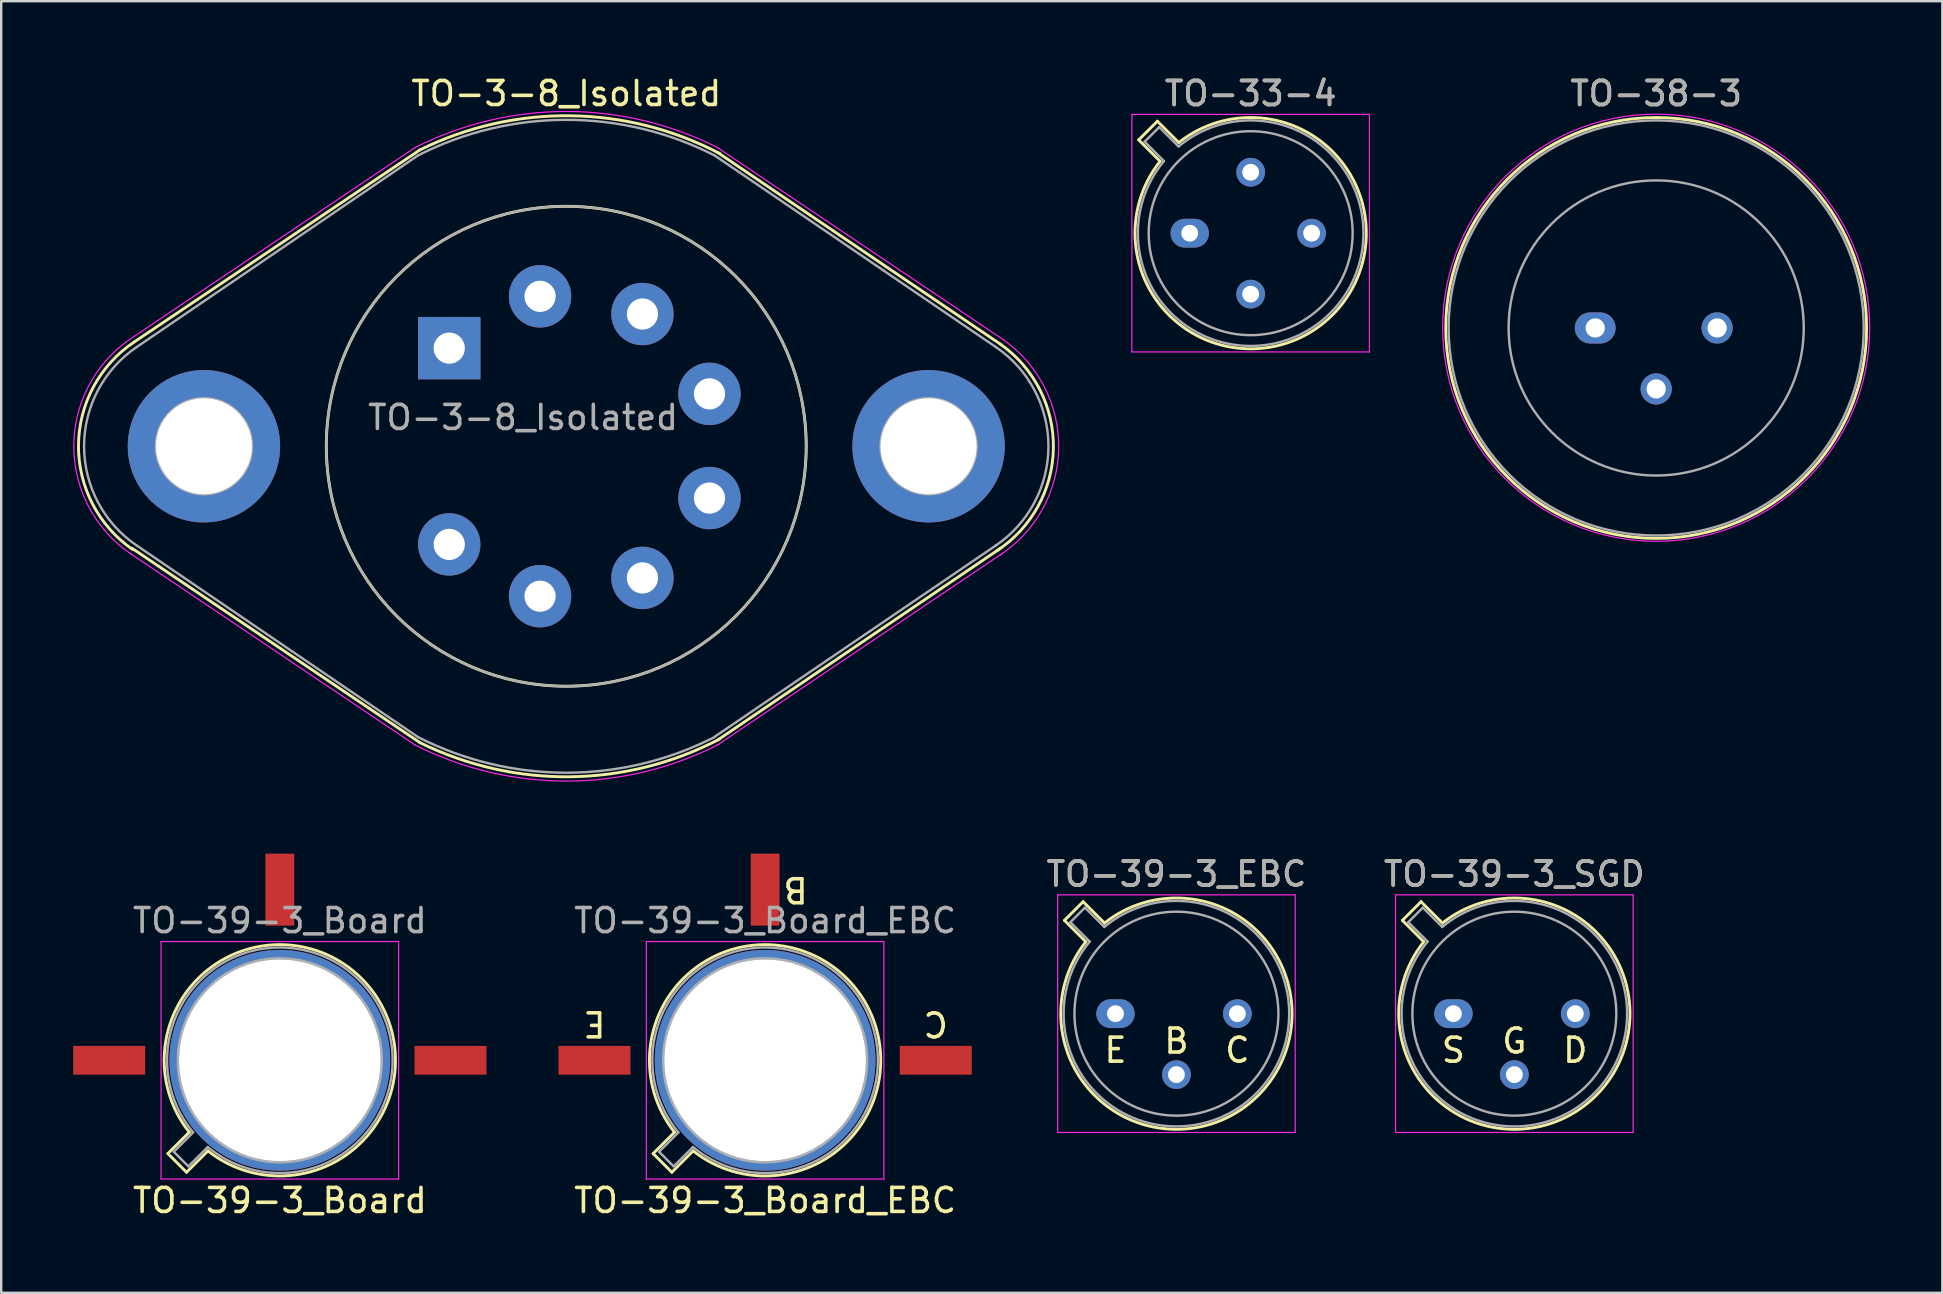
<source format=kicad_pcb>
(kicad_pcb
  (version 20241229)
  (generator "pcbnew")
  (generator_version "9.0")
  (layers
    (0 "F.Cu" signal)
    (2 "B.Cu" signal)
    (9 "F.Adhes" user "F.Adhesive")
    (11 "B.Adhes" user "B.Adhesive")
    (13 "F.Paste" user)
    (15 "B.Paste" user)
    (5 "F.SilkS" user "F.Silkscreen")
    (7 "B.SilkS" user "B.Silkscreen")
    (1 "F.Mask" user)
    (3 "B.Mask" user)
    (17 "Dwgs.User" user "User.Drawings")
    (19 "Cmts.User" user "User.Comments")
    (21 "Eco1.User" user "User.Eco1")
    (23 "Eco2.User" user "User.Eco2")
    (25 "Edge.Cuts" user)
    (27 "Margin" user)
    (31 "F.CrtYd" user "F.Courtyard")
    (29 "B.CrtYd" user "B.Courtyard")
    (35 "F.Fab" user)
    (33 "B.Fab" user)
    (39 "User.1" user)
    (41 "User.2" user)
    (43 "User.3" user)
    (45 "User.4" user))
  (footprint "TO-39-3_Board"
    (layer "F.Cu")
    (at 6.072 41.138)
    (property "Reference" "TO-39-3_Board" (at 2.54 5.842 0) (layer "F.SilkS") (effects (font (size 1 1) (thickness 0.15))))
    (attr through_hole)
    (fp_line (start -2.126 3.888) (end -1.235 2.997) (stroke (width 0.12) (type solid)) (layer "F.SilkS"))
    (fp_line (start -1.348 4.666) (end -2.126 3.888) (stroke (width 0.12) (type solid)) (layer "F.SilkS"))
    (fp_line (start -0.457 3.775) (end -1.348 4.666) (stroke (width 0.12) (type solid)) (layer "F.SilkS"))
    (fp_arc (start -1.234674 2.997371) (mid 5.948125 -3.408384) (end -0.457084 3.774902) (stroke (width 0.12) (type solid)) (layer "F.SilkS"))
    (fp_line (start -2.41 -4.95) (end -2.41 4.95) (stroke (width 0.05) (type solid)) (layer "F.CrtYd"))
    (fp_line (start -2.41 4.95) (end 7.49 4.95) (stroke (width 0.05) (type solid)) (layer "F.CrtYd"))
    (fp_line (start 7.49 -4.95) (end -2.41 -4.95) (stroke (width 0.05) (type solid)) (layer "F.CrtYd"))
    (fp_line (start 7.49 4.95) (end 7.49 -4.95) (stroke (width 0.05) (type solid)) (layer "F.CrtYd"))
    (fp_line (start -1.88 3.812) (end -1.074 3.005) (stroke (width 0.1) (type solid)) (layer "F.Fab"))
    (fp_line (start -1.272 4.42) (end -1.88 3.812) (stroke (width 0.1) (type solid)) (layer "F.Fab"))
    (fp_line (start -0.465 3.614) (end -1.272 4.42) (stroke (width 0.1) (type solid)) (layer "F.Fab"))
    (fp_arc (start -1.073594 3.005319) (mid 5.863443 -3.323361) (end -0.465408 3.61352) (stroke (width 0.1) (type solid)) (layer "F.Fab"))
    (fp_circle (center 2.54 0) (end 6.79 0) (stroke (width 0.1) (type solid)) (fill no) (layer "F.Fab"))
    (fp_text user "${REFERENCE}" (at 2.54 -5.82 0) (layer "F.Fab") (effects (font (size 1 1) (thickness 0.15))))
    (pad "1" smd rect (at -4.572 0) (size 3 1.2) (layers "F.Cu" "F.Mask" "F.Paste"))
    (pad "2" smd rect (at 2.54 -7.112) (size 1.2 3) (layers "F.Cu" "F.Mask" "F.Paste"))
    (pad "3" thru_hole circle (at 2.54 0) (size 9.2 9.2) (drill 8.4) (layers "*.Cu" "*.Mask"))
    (pad "3" smd rect (at 9.652 0) (size 3 1.2) (layers "F.Cu" "F.Mask" "F.Paste")))
  (footprint "TO-33-4"
    (layer "F.Cu")
    (at 46.532 6.668)
    (property "Reference" "TO-33-4" (at 2.54 -5.82 0) (layer "F.SilkS") (effects (font (size 1 1) (thickness 0.15))))
    (attr through_hole)
    (fp_line (start -2.126 -3.888) (end -1.235 -2.997) (stroke (width 0.12) (type solid)) (layer "F.SilkS"))
    (fp_line (start -1.348 -4.666) (end -2.126 -3.888) (stroke (width 0.12) (type solid)) (layer "F.SilkS"))
    (fp_line (start -0.457 -3.775) (end -1.348 -4.666) (stroke (width 0.12) (type solid)) (layer "F.SilkS"))
    (fp_arc (start -0.457084 -3.774902) (mid 5.948125 3.408384) (end -1.234674 -2.997371) (stroke (width 0.12) (type solid)) (layer "F.SilkS"))
    (fp_line (start -2.41 -4.95) (end -2.41 4.95) (stroke (width 0.05) (type solid)) (layer "F.CrtYd"))
    (fp_line (start -2.41 4.95) (end 7.49 4.95) (stroke (width 0.05) (type solid)) (layer "F.CrtYd"))
    (fp_line (start 7.49 -4.95) (end -2.41 -4.95) (stroke (width 0.05) (type solid)) (layer "F.CrtYd"))
    (fp_line (start 7.49 4.95) (end 7.49 -4.95) (stroke (width 0.05) (type solid)) (layer "F.CrtYd"))
    (fp_line (start -1.88 -3.812) (end -1.074 -3.005) (stroke (width 0.1) (type solid)) (layer "F.Fab"))
    (fp_line (start -1.272 -4.42) (end -1.88 -3.812) (stroke (width 0.1) (type solid)) (layer "F.Fab"))
    (fp_line (start -0.465 -3.614) (end -1.272 -4.42) (stroke (width 0.1) (type solid)) (layer "F.Fab"))
    (fp_arc (start -0.465408 -3.61352) (mid 5.863443 3.323361) (end -1.073594 -3.005319) (stroke (width 0.1) (type solid)) (layer "F.Fab"))
    (fp_circle (center 2.54 0) (end 6.79 0) (stroke (width 0.1) (type solid)) (fill no) (layer "F.Fab"))
    (fp_text user "${REFERENCE}" (at 2.54 -5.82 0) (layer "F.Fab") (effects (font (size 1 1) (thickness 0.15))))
    (pad "1" thru_hole oval (at 0 0) (size 1.6 1.2) (drill 0.7) (layers "*.Cu" "*.Mask"))
    (pad "2" thru_hole oval (at 2.54 2.54) (size 1.2 1.2) (drill 0.7) (layers "*.Cu" "*.Mask"))
    (pad "3" thru_hole oval (at 5.08 0) (size 1.2 1.2) (drill 0.7) (layers "*.Cu" "*.Mask"))
    (pad "4" thru_hole oval (at 2.54 -2.54) (size 1.2 1.2) (drill 0.7) (layers "*.Cu" "*.Mask")))
  (footprint "TO-38-3"
    (layer "F.Cu")
    (at 63.432 10.618)
    (property "Reference" "TO-38-3" (at 2.54 -9.77 0) (layer "F.SilkS") (effects (font (size 1 1) (thickness 0.15))))
    (attr through_hole)
    (fp_circle (center 2.54 0) (end 11.31 0) (stroke (width 0.12) (type solid)) (fill no) (layer "F.SilkS"))
    (fp_circle (center 2.54 -0.01) (end 11.44 -0.01) (stroke (width 0.05) (type solid)) (fill no) (layer "F.CrtYd"))
    (fp_circle (center 2.54 0) (end 8.69 0) (stroke (width 0.1) (type solid)) (fill no) (layer "F.Fab"))
    (fp_circle (center 2.54 0) (end 11.19 0) (stroke (width 0.1) (type solid)) (fill no) (layer "F.Fab"))
    (fp_text user "${REFERENCE}" (at 2.54 -9.77 0) (layer "F.Fab") (effects (font (size 1 1) (thickness 0.15))))
    (pad "1" thru_hole oval (at 0 0) (size 1.7 1.3) (drill 0.8) (layers "*.Cu" "*.Mask"))
    (pad "2" thru_hole oval (at 2.54 2.54) (size 1.3 1.3) (drill 0.8) (layers "*.Cu" "*.Mask"))
    (pad "3" thru_hole oval (at 5.08 0) (size 1.3 1.3) (drill 0.8) (layers "*.Cu" "*.Mask")))
  (footprint "TO-3-8_Isolated"
    (layer "F.Cu")
    (at 15.672 11.459)
    (property "Reference" "TO-3-8_Isolated" (at 4.877 -10.611 0) (layer "F.SilkS") (effects (font (size 1 1) (thickness 0.15))))
    (attr through_hole)
    (fp_line (start -1.223 -8.261) (end -13.123 -0.261) (stroke (width 0.12) (type solid)) (layer "F.SilkS"))
    (fp_line (start -1.223 16.439) (end -13.223 8.339) (stroke (width 0.12) (type solid)) (layer "F.SilkS"))
    (fp_line (start 11.177 -8.161) (end 22.977 -0.161) (stroke (width 0.12) (type solid)) (layer "F.SilkS"))
    (fp_line (start 11.177 16.339) (end 22.977 8.339) (stroke (width 0.12) (type solid)) (layer "F.SilkS"))
    (fp_arc (start -13.200167 8.387094) (mid -15.451043 4.042871) (end -13.1232 -0.2606) (stroke (width 0.12) (type solid)) (layer "F.SilkS"))
    (fp_arc (start -1.2232 -8.2606) (mid 5.048443 -9.683873) (end 11.28267 -8.104752) (stroke (width 0.12) (type solid)) (layer "F.SilkS"))
    (fp_arc (start 11.28267 16.283552) (mid 5.048443 17.862673) (end -1.2232 16.4394) (stroke (width 0.12) (type solid)) (layer "F.SilkS"))
    (fp_arc (start 22.9768 -0.1606) (mid 25.178143 4.181788) (end 22.823976 8.443259) (stroke (width 0.12) (type solid)) (layer "F.SilkS"))
    (fp_circle (center 4.877 4.089) (end 14.877 4.039) (stroke (width 0.12) (type solid)) (fill no) (layer "F.SilkS"))
    (fp_line (start -1.423 -8.361) (end -13.323 -0.361) (stroke (width 0.05) (type solid)) (layer "F.CrtYd"))
    (fp_line (start -1.423 16.539) (end -13.323 8.539) (stroke (width 0.05) (type solid)) (layer "F.CrtYd"))
    (fp_line (start 11.177 -8.361) (end 23.077 -0.361) (stroke (width 0.05) (type solid)) (layer "F.CrtYd"))
    (fp_line (start 11.177 16.539) (end 23.077 8.539) (stroke (width 0.05) (type solid)) (layer "F.CrtYd"))
    (fp_arc (start -13.219519 8.609861) (mid -15.646167 4.152079) (end -13.3232 -0.3606) (stroke (width 0.05) (type solid)) (layer "F.CrtYd"))
    (fp_arc (start -1.4232 -8.3606) (mid 4.91564 -9.863771) (end 11.246014 -8.325333) (stroke (width 0.05) (type solid)) (layer "F.CrtYd"))
    (fp_arc (start 11.246014 16.504133) (mid 4.91564 18.042571) (end -1.4232 16.5394) (stroke (width 0.05) (type solid)) (layer "F.CrtYd"))
    (fp_arc (start 23.0768 -0.3606) (mid 25.399767 4.152079) (end 22.973119 8.609861) (stroke (width 0.05) (type solid)) (layer "F.CrtYd"))
    (fp_line (start -1.303 -8.031) (end -13.033 -0.041) (stroke (width 0.1) (type solid)) (layer "F.Fab"))
    (fp_line (start -1.303 16.209) (end -13.033 8.219) (stroke (width 0.1) (type solid)) (layer "F.Fab"))
    (fp_line (start 11.057 -8.031) (end 22.787 -0.041) (stroke (width 0.1) (type solid)) (layer "F.Fab"))
    (fp_line (start 11.057 16.199) (end 22.787 8.219) (stroke (width 0.1) (type solid)) (layer "F.Fab"))
    (fp_arc (start -13.028747 8.222426) (mid -15.218497 4.092092) (end -13.0332 -0.0406) (stroke (width 0.1) (type solid)) (layer "F.Fab"))
    (fp_arc (start -1.3032 -8.0306) (mid 4.872745 -9.51526) (end 11.049573 -8.034282) (stroke (width 0.1) (type solid)) (layer "F.Fab"))
    (fp_arc (start 11.049573 16.213082) (mid 4.872745 17.69406) (end -1.3032 16.2094) (stroke (width 0.1) (type solid)) (layer "F.Fab"))
    (fp_arc (start 22.7868 -0.0406) (mid 24.972097 4.092092) (end 22.782347 8.222426) (stroke (width 0.1) (type solid)) (layer "F.Fab"))
    (fp_circle (center -10.223 4.089) (end -12.223 4.089) (stroke (width 0.1) (type solid)) (fill no) (layer "F.Fab"))
    (fp_circle (center 4.877 4.089) (end 14.877 4.089) (stroke (width 0.1) (type solid)) (fill no) (layer "F.Fab"))
    (fp_circle (center 19.977 4.089) (end 21.977 4.089) (stroke (width 0.1) (type solid)) (fill no) (layer "F.Fab"))
    (fp_text user "${REFERENCE}" (at 3.077 2.889 0) (layer "F.Fab") (effects (font (size 1 1) (thickness 0.15))))
    (pad "" thru_hole circle (at -10.223 4.089) (size 6.35 6.35) (drill 4) (layers "*.Cu" "*.Mask"))
    (pad "" thru_hole circle (at 19.977 4.089) (size 6.35 6.35) (drill 4) (layers "*.Cu" "*.Mask"))
    (pad "1" thru_hole rect (at 0 0) (size 2.6 2.6) (drill 1.3) (layers "*.Cu" "*.Mask"))
    (pad "2" thru_hole circle (at 3.785 -2.159) (size 2.6 2.6) (drill 1.3) (layers "*.Cu" "*.Mask"))
    (pad "3" thru_hole circle (at 8.052 -1.422) (size 2.6 2.6) (drill 1.3) (layers "*.Cu" "*.Mask"))
    (pad "4" thru_hole circle (at 10.846 1.905) (size 2.6 2.6) (drill 1.3) (layers "*.Cu" "*.Mask"))
    (pad "5" thru_hole circle (at 10.846 6.248) (size 2.6 2.6) (drill 1.3) (layers "*.Cu" "*.Mask"))
    (pad "6" thru_hole circle (at 8.052 9.576) (size 2.6 2.6) (drill 1.3) (layers "*.Cu" "*.Mask"))
    (pad "7" thru_hole circle (at 3.785 10.338) (size 2.6 2.6) (drill 1.3) (layers "*.Cu" "*.Mask"))
    (pad "8" thru_hole circle (at 0 8.179) (size 2.6 2.6) (drill 1.3) (layers "*.Cu" "*.Mask")))
  (footprint "TO-39-3_Board_EBC"
    (layer "F.Cu")
    (at 26.296 41.138)
    (property "Reference" "TO-39-3_Board_EBC" (at 2.54 5.842 0) (layer "F.SilkS") (effects (font (size 1 1) (thickness 0.15))))
    (fp_line (start -2.126 3.888) (end -1.235 2.997) (stroke (width 0.12) (type solid)) (layer "F.SilkS"))
    (fp_line (start -1.348 4.666) (end -2.126 3.888) (stroke (width 0.12) (type solid)) (layer "F.SilkS"))
    (fp_line (start -0.457 3.775) (end -1.348 4.666) (stroke (width 0.12) (type solid)) (layer "F.SilkS"))
    (fp_arc (start -1.234674 2.997371) (mid 5.948125 -3.408384) (end -0.457084 3.774902) (stroke (width 0.12) (type solid)) (layer "F.SilkS"))
    (fp_line (start -2.41 -4.95) (end -2.41 4.95) (stroke (width 0.05) (type solid)) (layer "F.CrtYd"))
    (fp_line (start -2.41 4.95) (end 7.49 4.95) (stroke (width 0.05) (type solid)) (layer "F.CrtYd"))
    (fp_line (start 7.49 -4.95) (end -2.41 -4.95) (stroke (width 0.05) (type solid)) (layer "F.CrtYd"))
    (fp_line (start 7.49 4.95) (end 7.49 -4.95) (stroke (width 0.05) (type solid)) (layer "F.CrtYd"))
    (fp_line (start -1.88 3.812) (end -1.074 3.005) (stroke (width 0.1) (type solid)) (layer "F.Fab"))
    (fp_line (start -1.272 4.42) (end -1.88 3.812) (stroke (width 0.1) (type solid)) (layer "F.Fab"))
    (fp_line (start -0.465 3.614) (end -1.272 4.42) (stroke (width 0.1) (type solid)) (layer "F.Fab"))
    (fp_arc (start -1.073594 3.005319) (mid 5.863443 -3.323361) (end -0.465408 3.61352) (stroke (width 0.1) (type solid)) (layer "F.Fab"))
    (fp_circle (center 2.54 0) (end 6.79 0) (stroke (width 0.1) (type solid)) (fill no) (layer "F.Fab"))
    (fp_text user "E" (at -4.572 -1.524 180) (unlocked yes) (layer "F.SilkS") (effects (font (size 1 1) (thickness 0.15))))
    (fp_text user "C" (at 9.652 -1.524 180) (unlocked yes) (layer "F.SilkS") (effects (font (size 1 1) (thickness 0.15))))
    (fp_text user "B" (at 3.81 -7.112 180) (unlocked yes) (layer "F.SilkS") (effects (font (size 1 1) (thickness 0.15))))
    (fp_text user "${REFERENCE}" (at 2.54 -5.82 0) (layer "F.Fab") (effects (font (size 1 1) (thickness 0.15))))
    (pad "1" smd rect (at -4.572 0) (size 3 1.2) (layers "F.Cu" "F.Mask" "F.Paste"))
    (pad "2" smd rect (at 2.54 -7.112) (size 1.2 3) (layers "F.Cu" "F.Mask" "F.Paste"))
    (pad "3" thru_hole circle (at 2.54 0) (size 9.2 9.2) (drill 8.4) (layers "*.Cu" "*.Mask"))
    (pad "3" smd rect (at 9.652 0) (size 3 1.2) (layers "F.Cu" "F.Mask" "F.Paste")))
  (footprint "TO-39-3_EBC"
    (layer "F.Cu")
    (at 43.438 39.195)
    (property "Reference" "TO-39-3_EBC" (at 2.54 -5.82 0) (layer "F.SilkS") (effects (font (size 1 1) (thickness 0.15))))
    (fp_line (start -2.126 -3.888) (end -1.235 -2.997) (stroke (width 0.12) (type solid)) (layer "F.SilkS"))
    (fp_line (start -1.348 -4.666) (end -2.126 -3.888) (stroke (width 0.12) (type solid)) (layer "F.SilkS"))
    (fp_line (start -0.457 -3.775) (end -1.348 -4.666) (stroke (width 0.12) (type solid)) (layer "F.SilkS"))
    (fp_arc (start -0.457084 -3.774902) (mid 5.948125 3.408384) (end -1.234674 -2.997371) (stroke (width 0.12) (type solid)) (layer "F.SilkS"))
    (fp_line (start -2.41 -4.95) (end -2.41 4.95) (stroke (width 0.05) (type solid)) (layer "F.CrtYd"))
    (fp_line (start -2.41 4.95) (end 7.49 4.95) (stroke (width 0.05) (type solid)) (layer "F.CrtYd"))
    (fp_line (start 7.49 -4.95) (end -2.41 -4.95) (stroke (width 0.05) (type solid)) (layer "F.CrtYd"))
    (fp_line (start 7.49 4.95) (end 7.49 -4.95) (stroke (width 0.05) (type solid)) (layer "F.CrtYd"))
    (fp_line (start -1.88 -3.812) (end -1.074 -3.005) (stroke (width 0.1) (type solid)) (layer "F.Fab"))
    (fp_line (start -1.272 -4.42) (end -1.88 -3.812) (stroke (width 0.1) (type solid)) (layer "F.Fab"))
    (fp_line (start -0.465 -3.614) (end -1.272 -4.42) (stroke (width 0.1) (type solid)) (layer "F.Fab"))
    (fp_arc (start -0.465408 -3.61352) (mid 5.863443 3.323361) (end -1.073594 -3.005319) (stroke (width 0.1) (type solid)) (layer "F.Fab"))
    (fp_circle (center 2.54 0) (end 6.79 0) (stroke (width 0.1) (type solid)) (fill no) (layer "F.Fab"))
    (fp_text user "E" (at 0 1.524 0) (unlocked yes) (layer "F.SilkS") (effects (font (size 1 1) (thickness 0.15))))
    (fp_text user "B" (at 2.54 1.143 0) (unlocked yes) (layer "F.SilkS") (effects (font (size 1 1) (thickness 0.15))))
    (fp_text user "C" (at 5.08 1.524 0) (unlocked yes) (layer "F.SilkS") (effects (font (size 1 1) (thickness 0.15))))
    (fp_text user "${REFERENCE}" (at 2.54 -5.82 0) (layer "F.Fab") (effects (font (size 1 1) (thickness 0.15))))
    (pad "1" thru_hole oval (at 0 0) (size 1.6 1.2) (drill 0.7) (layers "*.Cu" "*.Mask"))
    (pad "2" thru_hole oval (at 2.54 2.54) (size 1.2 1.2) (drill 0.7) (layers "*.Cu" "*.Mask"))
    (pad "3" thru_hole oval (at 5.08 0) (size 1.2 1.2) (drill 0.7) (layers "*.Cu" "*.Mask")))
  (footprint "TO-39-3_SGD"
    (layer "F.Cu")
    (at 57.521 39.195)
    (property "Reference" "TO-39-3_SGD" (at 2.54 -5.82 0) (layer "F.SilkS") (effects (font (size 1 1) (thickness 0.15))))
    (fp_line (start -2.126 -3.888) (end -1.235 -2.997) (stroke (width 0.12) (type solid)) (layer "F.SilkS"))
    (fp_line (start -1.348 -4.666) (end -2.126 -3.888) (stroke (width 0.12) (type solid)) (layer "F.SilkS"))
    (fp_line (start -0.457 -3.775) (end -1.348 -4.666) (stroke (width 0.12) (type solid)) (layer "F.SilkS"))
    (fp_arc (start -0.457084 -3.774902) (mid 5.948125 3.408384) (end -1.234674 -2.997371) (stroke (width 0.12) (type solid)) (layer "F.SilkS"))
    (fp_line (start -2.41 -4.95) (end -2.41 4.95) (stroke (width 0.05) (type solid)) (layer "F.CrtYd"))
    (fp_line (start -2.41 4.95) (end 7.49 4.95) (stroke (width 0.05) (type solid)) (layer "F.CrtYd"))
    (fp_line (start 7.49 -4.95) (end -2.41 -4.95) (stroke (width 0.05) (type solid)) (layer "F.CrtYd"))
    (fp_line (start 7.49 4.95) (end 7.49 -4.95) (stroke (width 0.05) (type solid)) (layer "F.CrtYd"))
    (fp_line (start -1.88 -3.812) (end -1.074 -3.005) (stroke (width 0.1) (type solid)) (layer "F.Fab"))
    (fp_line (start -1.272 -4.42) (end -1.88 -3.812) (stroke (width 0.1) (type solid)) (layer "F.Fab"))
    (fp_line (start -0.465 -3.614) (end -1.272 -4.42) (stroke (width 0.1) (type solid)) (layer "F.Fab"))
    (fp_arc (start -0.465408 -3.61352) (mid 5.863443 3.323361) (end -1.073594 -3.005319) (stroke (width 0.1) (type solid)) (layer "F.Fab"))
    (fp_circle (center 2.54 0) (end 6.79 0) (stroke (width 0.1) (type solid)) (fill no) (layer "F.Fab"))
    (fp_text user "G" (at 2.54 1.143 0) (unlocked yes) (layer "F.SilkS") (effects (font (size 1 1) (thickness 0.15))))
    (fp_text user "S" (at 0 1.524 0) (unlocked yes) (layer "F.SilkS") (effects (font (size 1 1) (thickness 0.15))))
    (fp_text user "D" (at 5.08 1.524 0) (unlocked yes) (layer "F.SilkS") (effects (font (size 1 1) (thickness 0.15))))
    (fp_text user "${REFERENCE}" (at 2.54 -5.82 0) (layer "F.Fab") (effects (font (size 1 1) (thickness 0.15))))
    (pad "1" thru_hole oval (at 0 0) (size 1.6 1.2) (drill 0.7) (layers "*.Cu" "*.Mask"))
    (pad "2" thru_hole oval (at 2.54 2.54) (size 1.2 1.2) (drill 0.7) (layers "*.Cu" "*.Mask"))
    (pad "3" thru_hole oval (at 5.08 0) (size 1.2 1.2) (drill 0.7) (layers "*.Cu" "*.Mask")))
  (gr_rect
    (start -3 -3)
    (end 77.897 50.829)
    (stroke (width 0.1) (type default))
    (fill no)
    (layer "Edge.Cuts")))
</source>
